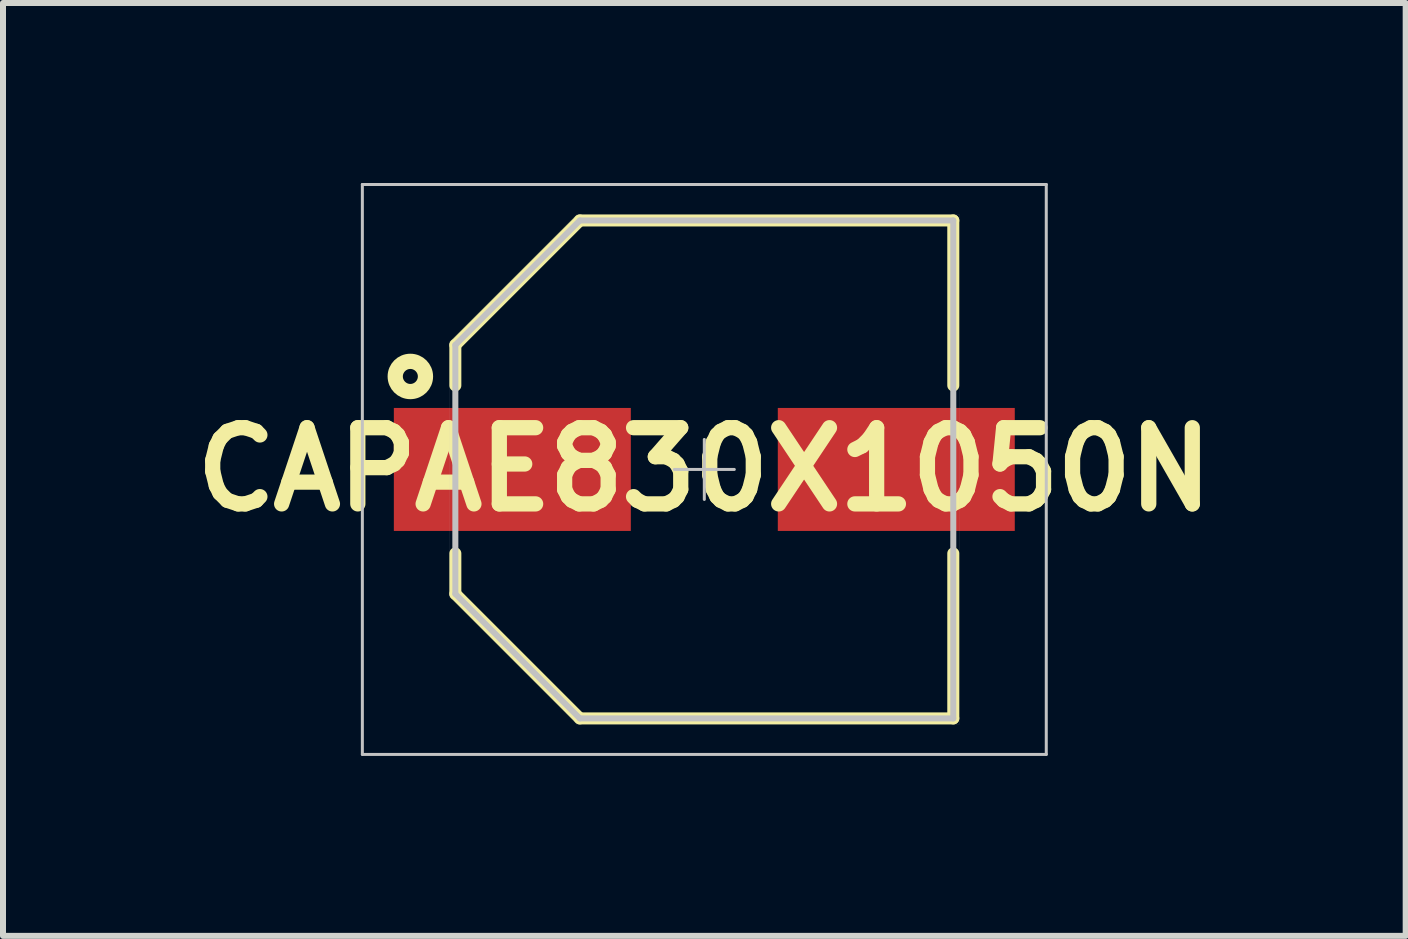
<source format=kicad_pcb>
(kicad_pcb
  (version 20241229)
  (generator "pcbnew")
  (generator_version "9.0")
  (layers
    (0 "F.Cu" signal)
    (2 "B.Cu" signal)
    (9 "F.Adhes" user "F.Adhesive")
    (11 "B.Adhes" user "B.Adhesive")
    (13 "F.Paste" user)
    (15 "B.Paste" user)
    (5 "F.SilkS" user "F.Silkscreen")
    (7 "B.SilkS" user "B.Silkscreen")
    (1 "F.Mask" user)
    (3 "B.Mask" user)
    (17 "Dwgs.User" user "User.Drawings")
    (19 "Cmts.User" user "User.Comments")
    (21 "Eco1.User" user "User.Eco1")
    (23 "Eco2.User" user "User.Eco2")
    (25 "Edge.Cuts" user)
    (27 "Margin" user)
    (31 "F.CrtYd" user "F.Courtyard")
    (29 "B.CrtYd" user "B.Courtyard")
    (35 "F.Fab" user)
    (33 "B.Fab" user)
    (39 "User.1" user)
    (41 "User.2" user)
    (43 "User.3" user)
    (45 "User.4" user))
  (footprint "CAPAE830X1050N"
    (layer "F.Cu")
    (at 8.69 4.775)
    (property "Reference" "CAPAE830X1050N" (at 0 0 0) (layer "F.SilkS") (effects (font (size 1.27 1.27) (thickness 0.254))))
    (attr smd)
    (fp_line (start -4.15 -2.075) (end -4.15 -1.4) (stroke (width 0.2) (type solid)) (layer "F.SilkS"))
    (fp_line (start -4.15 2.075) (end -4.15 1.4) (stroke (width 0.2) (type solid)) (layer "F.SilkS"))
    (fp_line (start -2.075 -4.15) (end -4.15 -2.075) (stroke (width 0.2) (type solid)) (layer "F.SilkS"))
    (fp_line (start -2.075 4.15) (end -4.15 2.075) (stroke (width 0.2) (type solid)) (layer "F.SilkS"))
    (fp_line (start 4.15 -4.15) (end -2.075 -4.15) (stroke (width 0.2) (type solid)) (layer "F.SilkS"))
    (fp_line (start 4.15 -1.4) (end 4.15 -4.15) (stroke (width 0.2) (type solid)) (layer "F.SilkS"))
    (fp_line (start 4.15 1.4) (end 4.15 4.15) (stroke (width 0.2) (type solid)) (layer "F.SilkS"))
    (fp_line (start 4.15 4.15) (end -2.075 4.15) (stroke (width 0.2) (type solid)) (layer "F.SilkS"))
    (fp_circle (center -4.9 -1.55) (end -5.025 -1.55) (stroke (width 0.254) (type solid)) (fill no) (layer "F.SilkS"))
    (fp_line (start -5.7 -4.75) (end -5.7 4.75) (stroke (width 0.05) (type solid)) (layer "Dwgs.User"))
    (fp_line (start -5.7 4.75) (end 5.7 4.75) (stroke (width 0.05) (type solid)) (layer "Dwgs.User"))
    (fp_line (start -4.25 -2.125) (end -2.125 -4.25) (stroke (width 0.001) (type solid)) (layer "Dwgs.User"))
    (fp_line (start -4.25 2.125) (end -4.25 -2.125) (stroke (width 0.001) (type solid)) (layer "Dwgs.User"))
    (fp_line (start -4.15 -2.075) (end -2.075 -4.15) (stroke (width 0.1) (type solid)) (layer "Dwgs.User"))
    (fp_line (start -4.15 2.075) (end -4.15 -2.075) (stroke (width 0.1) (type solid)) (layer "Dwgs.User"))
    (fp_line (start -2.125 -4.25) (end 4.25 -4.25) (stroke (width 0.001) (type solid)) (layer "Dwgs.User"))
    (fp_line (start -2.125 4.25) (end -4.25 2.125) (stroke (width 0.001) (type solid)) (layer "Dwgs.User"))
    (fp_line (start -2.075 -4.15) (end 4.15 -4.15) (stroke (width 0.1) (type solid)) (layer "Dwgs.User"))
    (fp_line (start -2.075 4.15) (end -4.15 2.075) (stroke (width 0.1) (type solid)) (layer "Dwgs.User"))
    (fp_line (start -0.5 0) (end 0.5 0) (stroke (width 0.05) (type solid)) (layer "Dwgs.User"))
    (fp_line (start 0 0.5) (end 0 -0.5) (stroke (width 0.05) (type solid)) (layer "Dwgs.User"))
    (fp_line (start 4.15 -4.15) (end 4.15 4.15) (stroke (width 0.1) (type solid)) (layer "Dwgs.User"))
    (fp_line (start 4.15 4.15) (end -2.075 4.15) (stroke (width 0.1) (type solid)) (layer "Dwgs.User"))
    (fp_line (start 4.25 -4.25) (end 4.25 4.25) (stroke (width 0.001) (type solid)) (layer "Dwgs.User"))
    (fp_line (start 4.25 4.25) (end -2.125 4.25) (stroke (width 0.001) (type solid)) (layer "Dwgs.User"))
    (fp_line (start 5.7 -4.75) (end -5.7 -4.75) (stroke (width 0.05) (type solid)) (layer "Dwgs.User"))
    (fp_line (start 5.7 4.75) (end 5.7 -4.75) (stroke (width 0.05) (type solid)) (layer "Dwgs.User"))
    (pad "1" smd rect (at -3.2 0 90) (size 2.05 3.95) (layers "F.Cu" "F.Mask" "F.Paste"))
    (pad "2" smd rect (at 3.2 0 90) (size 2.05 3.95) (layers "F.Cu" "F.Mask" "F.Paste")))
  (gr_rect
    (start -3 -3)
    (end 20.381 12.55)
    (stroke (width 0.1) (type default))
    (fill no)
    (layer "Edge.Cuts")))
</source>
